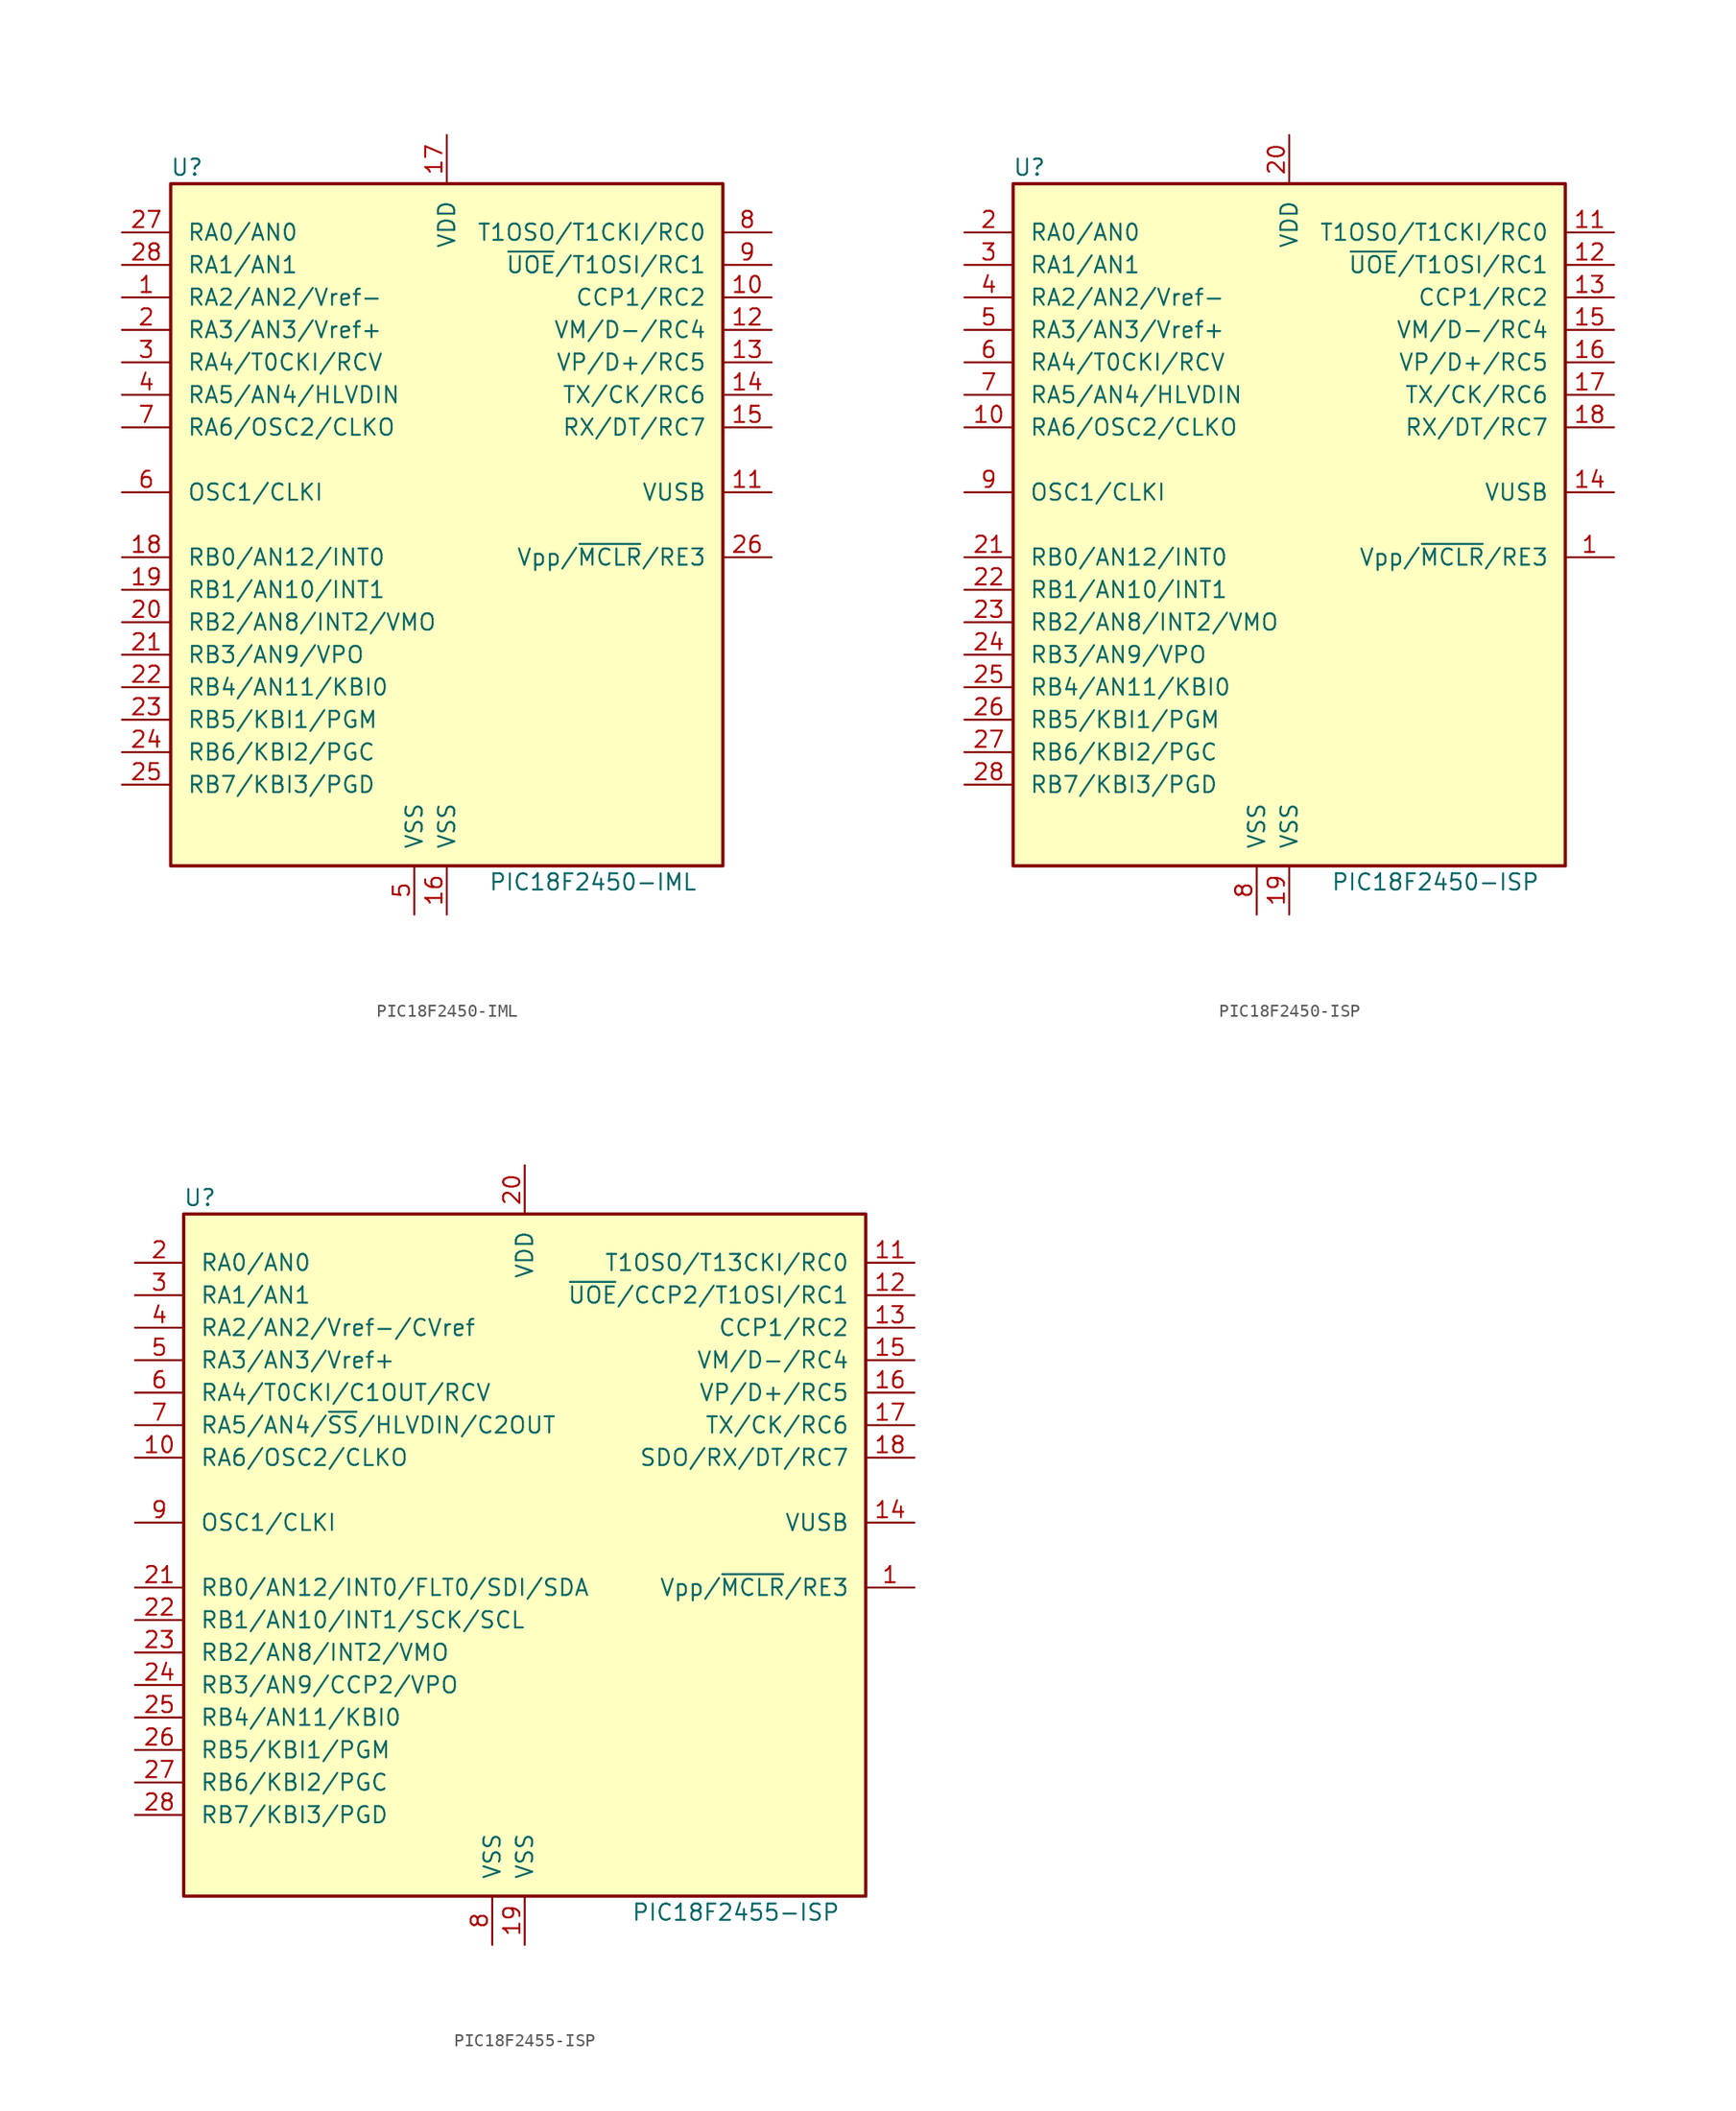
<source format=kicad_sym>
(kicad_symbol_lib
  (version 20231120)
  (generator "kicad_symbol_editor")
  (generator_version "8.0")
  (symbol "PIC18F2450-IML"
    (pin_names
      (offset 1.27))
    (property "Reference" "U"
      (at -20.32 27.94 0)
      (effects (font (size 1.27 1.27))))
    (property "Value" "PIC18F2450-IML"
      (at 11.43 -27.94 0)
      (effects (font (size 1.27 1.27))))
    (symbol "PIC18F2450-IML_0_1"
      (rectangle (start -21.59 26.67) (end 21.59 -26.67) (stroke (width 0.254) (type default)) (fill (type background))))
    (symbol "PIC18F2450-IML_1_1"
      (pin bidirectional line (at -25.4 17.78 0) (length 3.81) (name "RA2/AN2/Vref-" (effects (font (size 1.27 1.27)))) (number "1" (effects (font (size 1.27 1.27)))))
      (pin bidirectional line (at 25.4 17.78 180) (length 3.81) (name "CCP1/RC2" (effects (font (size 1.27 1.27)))) (number "10" (effects (font (size 1.27 1.27)))))
      (pin bidirectional line (at 25.4 2.54 180) (length 3.81) (name "VUSB" (effects (font (size 1.27 1.27)))) (number "11" (effects (font (size 1.27 1.27)))))
      (pin bidirectional line (at 25.4 15.24 180) (length 3.81) (name "VM/D-/RC4" (effects (font (size 1.27 1.27)))) (number "12" (effects (font (size 1.27 1.27)))))
      (pin bidirectional line (at 25.4 12.7 180) (length 3.81) (name "VP/D+/RC5" (effects (font (size 1.27 1.27)))) (number "13" (effects (font (size 1.27 1.27)))))
      (pin bidirectional line (at 25.4 10.16 180) (length 3.81) (name "TX/CK/RC6" (effects (font (size 1.27 1.27)))) (number "14" (effects (font (size 1.27 1.27)))))
      (pin bidirectional line (at 25.4 7.62 180) (length 3.81) (name "RX/DT/RC7" (effects (font (size 1.27 1.27)))) (number "15" (effects (font (size 1.27 1.27)))))
      (pin power_in line (at 0 -30.48 90) (length 3.81) (name "VSS" (effects (font (size 1.27 1.27)))) (number "16" (effects (font (size 1.27 1.27)))))
      (pin power_in line (at 0 30.48 270) (length 3.81) (name "VDD" (effects (font (size 1.27 1.27)))) (number "17" (effects (font (size 1.27 1.27)))))
      (pin bidirectional line (at -25.4 -2.54 0) (length 3.81) (name "RB0/AN12/INT0" (effects (font (size 1.27 1.27)))) (number "18" (effects (font (size 1.27 1.27)))))
      (pin bidirectional line (at -25.4 -5.08 0) (length 3.81) (name "RB1/AN10/INT1" (effects (font (size 1.27 1.27)))) (number "19" (effects (font (size 1.27 1.27)))))
      (pin bidirectional line (at -25.4 15.24 0) (length 3.81) (name "RA3/AN3/Vref+" (effects (font (size 1.27 1.27)))) (number "2" (effects (font (size 1.27 1.27)))))
      (pin bidirectional line (at -25.4 -7.62 0) (length 3.81) (name "RB2/AN8/INT2/VMO" (effects (font (size 1.27 1.27)))) (number "20" (effects (font (size 1.27 1.27)))))
      (pin bidirectional line (at -25.4 -10.16 0) (length 3.81) (name "RB3/AN9/VPO" (effects (font (size 1.27 1.27)))) (number "21" (effects (font (size 1.27 1.27)))))
      (pin bidirectional line (at -25.4 -12.7 0) (length 3.81) (name "RB4/AN11/KBI0" (effects (font (size 1.27 1.27)))) (number "22" (effects (font (size 1.27 1.27)))))
      (pin bidirectional line (at -25.4 -15.24 0) (length 3.81) (name "RB5/KBI1/PGM" (effects (font (size 1.27 1.27)))) (number "23" (effects (font (size 1.27 1.27)))))
      (pin bidirectional line (at -25.4 -17.78 0) (length 3.81) (name "RB6/KBI2/PGC" (effects (font (size 1.27 1.27)))) (number "24" (effects (font (size 1.27 1.27)))))
      (pin bidirectional line (at -25.4 -20.32 0) (length 3.81) (name "RB7/KBI3/PGD" (effects (font (size 1.27 1.27)))) (number "25" (effects (font (size 1.27 1.27)))))
      (pin input line (at 25.4 -2.54 180) (length 3.81) (name "Vpp/~{MCLR}/RE3" (effects (font (size 1.27 1.27)))) (number "26" (effects (font (size 1.27 1.27)))))
      (pin bidirectional line (at -25.4 22.86 0) (length 3.81) (name "RA0/AN0" (effects (font (size 1.27 1.27)))) (number "27" (effects (font (size 1.27 1.27)))))
      (pin bidirectional line (at -25.4 20.32 0) (length 3.81) (name "RA1/AN1" (effects (font (size 1.27 1.27)))) (number "28" (effects (font (size 1.27 1.27)))))
      (pin bidirectional line (at -25.4 12.7 0) (length 3.81) (name "RA4/T0CKI/RCV" (effects (font (size 1.27 1.27)))) (number "3" (effects (font (size 1.27 1.27)))))
      (pin bidirectional line (at -25.4 10.16 0) (length 3.81) (name "RA5/AN4/HLVDIN" (effects (font (size 1.27 1.27)))) (number "4" (effects (font (size 1.27 1.27)))))
      (pin power_in line (at -2.54 -30.48 90) (length 3.81) (name "VSS" (effects (font (size 1.27 1.27)))) (number "5" (effects (font (size 1.27 1.27)))))
      (pin input line (at -25.4 2.54 0) (length 3.81) (name "OSC1/CLKI" (effects (font (size 1.27 1.27)))) (number "6" (effects (font (size 1.27 1.27)))))
      (pin output line (at -25.4 7.62 0) (length 3.81) (name "RA6/OSC2/CLKO" (effects (font (size 1.27 1.27)))) (number "7" (effects (font (size 1.27 1.27)))))
      (pin bidirectional line (at 25.4 22.86 180) (length 3.81) (name "T1OSO/T1CKI/RC0" (effects (font (size 1.27 1.27)))) (number "8" (effects (font (size 1.27 1.27)))))
      (pin bidirectional line (at 25.4 20.32 180) (length 3.81) (name "~{UOE}/T1OSI/RC1" (effects (font (size 1.27 1.27)))) (number "9" (effects (font (size 1.27 1.27)))))))
  (symbol "PIC18F2450-ISP"
    (pin_names
      (offset 1.27))
    (property "Reference" "U"
      (at -20.32 27.94 0)
      (effects (font (size 1.27 1.27))))
    (property "Value" "PIC18F2450-ISP"
      (at 11.43 -27.94 0)
      (effects (font (size 1.27 1.27))))
    (symbol "PIC18F2450-ISP_0_1"
      (rectangle (start -21.59 26.67) (end 21.59 -26.67) (stroke (width 0.254) (type default)) (fill (type background))))
    (symbol "PIC18F2450-ISP_1_1"
      (pin input line (at 25.4 -2.54 180) (length 3.81) (name "Vpp/~{MCLR}/RE3" (effects (font (size 1.27 1.27)))) (number "1" (effects (font (size 1.27 1.27)))))
      (pin output line (at -25.4 7.62 0) (length 3.81) (name "RA6/OSC2/CLKO" (effects (font (size 1.27 1.27)))) (number "10" (effects (font (size 1.27 1.27)))))
      (pin bidirectional line (at 25.4 22.86 180) (length 3.81) (name "T1OSO/T1CKI/RC0" (effects (font (size 1.27 1.27)))) (number "11" (effects (font (size 1.27 1.27)))))
      (pin bidirectional line (at 25.4 20.32 180) (length 3.81) (name "~{UOE}/T1OSI/RC1" (effects (font (size 1.27 1.27)))) (number "12" (effects (font (size 1.27 1.27)))))
      (pin bidirectional line (at 25.4 17.78 180) (length 3.81) (name "CCP1/RC2" (effects (font (size 1.27 1.27)))) (number "13" (effects (font (size 1.27 1.27)))))
      (pin bidirectional line (at 25.4 2.54 180) (length 3.81) (name "VUSB" (effects (font (size 1.27 1.27)))) (number "14" (effects (font (size 1.27 1.27)))))
      (pin bidirectional line (at 25.4 15.24 180) (length 3.81) (name "VM/D-/RC4" (effects (font (size 1.27 1.27)))) (number "15" (effects (font (size 1.27 1.27)))))
      (pin bidirectional line (at 25.4 12.7 180) (length 3.81) (name "VP/D+/RC5" (effects (font (size 1.27 1.27)))) (number "16" (effects (font (size 1.27 1.27)))))
      (pin bidirectional line (at 25.4 10.16 180) (length 3.81) (name "TX/CK/RC6" (effects (font (size 1.27 1.27)))) (number "17" (effects (font (size 1.27 1.27)))))
      (pin bidirectional line (at 25.4 7.62 180) (length 3.81) (name "RX/DT/RC7" (effects (font (size 1.27 1.27)))) (number "18" (effects (font (size 1.27 1.27)))))
      (pin power_in line (at 0 -30.48 90) (length 3.81) (name "VSS" (effects (font (size 1.27 1.27)))) (number "19" (effects (font (size 1.27 1.27)))))
      (pin bidirectional line (at -25.4 22.86 0) (length 3.81) (name "RA0/AN0" (effects (font (size 1.27 1.27)))) (number "2" (effects (font (size 1.27 1.27)))))
      (pin power_in line (at 0 30.48 270) (length 3.81) (name "VDD" (effects (font (size 1.27 1.27)))) (number "20" (effects (font (size 1.27 1.27)))))
      (pin bidirectional line (at -25.4 -2.54 0) (length 3.81) (name "RB0/AN12/INT0" (effects (font (size 1.27 1.27)))) (number "21" (effects (font (size 1.27 1.27)))))
      (pin bidirectional line (at -25.4 -5.08 0) (length 3.81) (name "RB1/AN10/INT1" (effects (font (size 1.27 1.27)))) (number "22" (effects (font (size 1.27 1.27)))))
      (pin bidirectional line (at -25.4 -7.62 0) (length 3.81) (name "RB2/AN8/INT2/VMO" (effects (font (size 1.27 1.27)))) (number "23" (effects (font (size 1.27 1.27)))))
      (pin bidirectional line (at -25.4 -10.16 0) (length 3.81) (name "RB3/AN9/VPO" (effects (font (size 1.27 1.27)))) (number "24" (effects (font (size 1.27 1.27)))))
      (pin bidirectional line (at -25.4 -12.7 0) (length 3.81) (name "RB4/AN11/KBI0" (effects (font (size 1.27 1.27)))) (number "25" (effects (font (size 1.27 1.27)))))
      (pin bidirectional line (at -25.4 -15.24 0) (length 3.81) (name "RB5/KBI1/PGM" (effects (font (size 1.27 1.27)))) (number "26" (effects (font (size 1.27 1.27)))))
      (pin bidirectional line (at -25.4 -17.78 0) (length 3.81) (name "RB6/KBI2/PGC" (effects (font (size 1.27 1.27)))) (number "27" (effects (font (size 1.27 1.27)))))
      (pin bidirectional line (at -25.4 -20.32 0) (length 3.81) (name "RB7/KBI3/PGD" (effects (font (size 1.27 1.27)))) (number "28" (effects (font (size 1.27 1.27)))))
      (pin bidirectional line (at -25.4 20.32 0) (length 3.81) (name "RA1/AN1" (effects (font (size 1.27 1.27)))) (number "3" (effects (font (size 1.27 1.27)))))
      (pin bidirectional line (at -25.4 17.78 0) (length 3.81) (name "RA2/AN2/Vref-" (effects (font (size 1.27 1.27)))) (number "4" (effects (font (size 1.27 1.27)))))
      (pin bidirectional line (at -25.4 15.24 0) (length 3.81) (name "RA3/AN3/Vref+" (effects (font (size 1.27 1.27)))) (number "5" (effects (font (size 1.27 1.27)))))
      (pin bidirectional line (at -25.4 12.7 0) (length 3.81) (name "RA4/T0CKI/RCV" (effects (font (size 1.27 1.27)))) (number "6" (effects (font (size 1.27 1.27)))))
      (pin bidirectional line (at -25.4 10.16 0) (length 3.81) (name "RA5/AN4/HLVDIN" (effects (font (size 1.27 1.27)))) (number "7" (effects (font (size 1.27 1.27)))))
      (pin power_in line (at -2.54 -30.48 90) (length 3.81) (name "VSS" (effects (font (size 1.27 1.27)))) (number "8" (effects (font (size 1.27 1.27)))))
      (pin input line (at -25.4 2.54 0) (length 3.81) (name "OSC1/CLKI" (effects (font (size 1.27 1.27)))) (number "9" (effects (font (size 1.27 1.27)))))))
  (symbol "PIC18F2455-ISP"
    (pin_names
      (offset 1.27))
    (property "Reference" "U"
      (at -25.4 27.94 0)
      (effects (font (size 1.27 1.27))))
    (property "Value" "PIC18F2455-ISP"
      (at 16.51 -27.94 0)
      (effects (font (size 1.27 1.27))))
    (symbol "PIC18F2455-ISP_0_1"
      (rectangle (start -26.67 26.67) (end 26.67 -26.67) (stroke (width 0.254) (type default)) (fill (type background))))
    (symbol "PIC18F2455-ISP_1_1"
      (pin input line (at 30.48 -2.54 180) (length 3.81) (name "Vpp/~{MCLR}/RE3" (effects (font (size 1.27 1.27)))) (number "1" (effects (font (size 1.27 1.27)))))
      (pin output line (at -30.48 7.62 0) (length 3.81) (name "RA6/OSC2/CLKO" (effects (font (size 1.27 1.27)))) (number "10" (effects (font (size 1.27 1.27)))))
      (pin bidirectional line (at 30.48 22.86 180) (length 3.81) (name "T1OSO/T13CKI/RC0" (effects (font (size 1.27 1.27)))) (number "11" (effects (font (size 1.27 1.27)))))
      (pin bidirectional line (at 30.48 20.32 180) (length 3.81) (name "~{UOE}/CCP2/T1OSI/RC1" (effects (font (size 1.27 1.27)))) (number "12" (effects (font (size 1.27 1.27)))))
      (pin bidirectional line (at 30.48 17.78 180) (length 3.81) (name "CCP1/RC2" (effects (font (size 1.27 1.27)))) (number "13" (effects (font (size 1.27 1.27)))))
      (pin bidirectional line (at 30.48 2.54 180) (length 3.81) (name "VUSB" (effects (font (size 1.27 1.27)))) (number "14" (effects (font (size 1.27 1.27)))))
      (pin bidirectional line (at 30.48 15.24 180) (length 3.81) (name "VM/D-/RC4" (effects (font (size 1.27 1.27)))) (number "15" (effects (font (size 1.27 1.27)))))
      (pin bidirectional line (at 30.48 12.7 180) (length 3.81) (name "VP/D+/RC5" (effects (font (size 1.27 1.27)))) (number "16" (effects (font (size 1.27 1.27)))))
      (pin bidirectional line (at 30.48 10.16 180) (length 3.81) (name "TX/CK/RC6" (effects (font (size 1.27 1.27)))) (number "17" (effects (font (size 1.27 1.27)))))
      (pin bidirectional line (at 30.48 7.62 180) (length 3.81) (name "SDO/RX/DT/RC7" (effects (font (size 1.27 1.27)))) (number "18" (effects (font (size 1.27 1.27)))))
      (pin power_in line (at 0 -30.48 90) (length 3.81) (name "VSS" (effects (font (size 1.27 1.27)))) (number "19" (effects (font (size 1.27 1.27)))))
      (pin bidirectional line (at -30.48 22.86 0) (length 3.81) (name "RA0/AN0" (effects (font (size 1.27 1.27)))) (number "2" (effects (font (size 1.27 1.27)))))
      (pin power_in line (at 0 30.48 270) (length 3.81) (name "VDD" (effects (font (size 1.27 1.27)))) (number "20" (effects (font (size 1.27 1.27)))))
      (pin bidirectional line (at -30.48 -2.54 0) (length 3.81) (name "RB0/AN12/INT0/FLT0/SDI/SDA" (effects (font (size 1.27 1.27)))) (number "21" (effects (font (size 1.27 1.27)))))
      (pin bidirectional line (at -30.48 -5.08 0) (length 3.81) (name "RB1/AN10/INT1/SCK/SCL" (effects (font (size 1.27 1.27)))) (number "22" (effects (font (size 1.27 1.27)))))
      (pin bidirectional line (at -30.48 -7.62 0) (length 3.81) (name "RB2/AN8/INT2/VMO" (effects (font (size 1.27 1.27)))) (number "23" (effects (font (size 1.27 1.27)))))
      (pin bidirectional line (at -30.48 -10.16 0) (length 3.81) (name "RB3/AN9/CCP2/VPO" (effects (font (size 1.27 1.27)))) (number "24" (effects (font (size 1.27 1.27)))))
      (pin bidirectional line (at -30.48 -12.7 0) (length 3.81) (name "RB4/AN11/KBI0" (effects (font (size 1.27 1.27)))) (number "25" (effects (font (size 1.27 1.27)))))
      (pin bidirectional line (at -30.48 -15.24 0) (length 3.81) (name "RB5/KBI1/PGM" (effects (font (size 1.27 1.27)))) (number "26" (effects (font (size 1.27 1.27)))))
      (pin bidirectional line (at -30.48 -17.78 0) (length 3.81) (name "RB6/KBI2/PGC" (effects (font (size 1.27 1.27)))) (number "27" (effects (font (size 1.27 1.27)))))
      (pin bidirectional line (at -30.48 -20.32 0) (length 3.81) (name "RB7/KBI3/PGD" (effects (font (size 1.27 1.27)))) (number "28" (effects (font (size 1.27 1.27)))))
      (pin bidirectional line (at -30.48 20.32 0) (length 3.81) (name "RA1/AN1" (effects (font (size 1.27 1.27)))) (number "3" (effects (font (size 1.27 1.27)))))
      (pin bidirectional line (at -30.48 17.78 0) (length 3.81) (name "RA2/AN2/Vref-/CVref" (effects (font (size 1.27 1.27)))) (number "4" (effects (font (size 1.27 1.27)))))
      (pin bidirectional line (at -30.48 15.24 0) (length 3.81) (name "RA3/AN3/Vref+" (effects (font (size 1.27 1.27)))) (number "5" (effects (font (size 1.27 1.27)))))
      (pin bidirectional line (at -30.48 12.7 0) (length 3.81) (name "RA4/T0CKI/C1OUT/RCV" (effects (font (size 1.27 1.27)))) (number "6" (effects (font (size 1.27 1.27)))))
      (pin bidirectional line (at -30.48 10.16 0) (length 3.81) (name "RA5/AN4/~{SS}/HLVDIN/C2OUT" (effects (font (size 1.27 1.27)))) (number "7" (effects (font (size 1.27 1.27)))))
      (pin power_in line (at -2.54 -30.48 90) (length 3.81) (name "VSS" (effects (font (size 1.27 1.27)))) (number "8" (effects (font (size 1.27 1.27)))))
      (pin input line (at -30.48 2.54 0) (length 3.81) (name "OSC1/CLKI" (effects (font (size 1.27 1.27)))) (number "9" (effects (font (size 1.27 1.27))))))))
</source>
